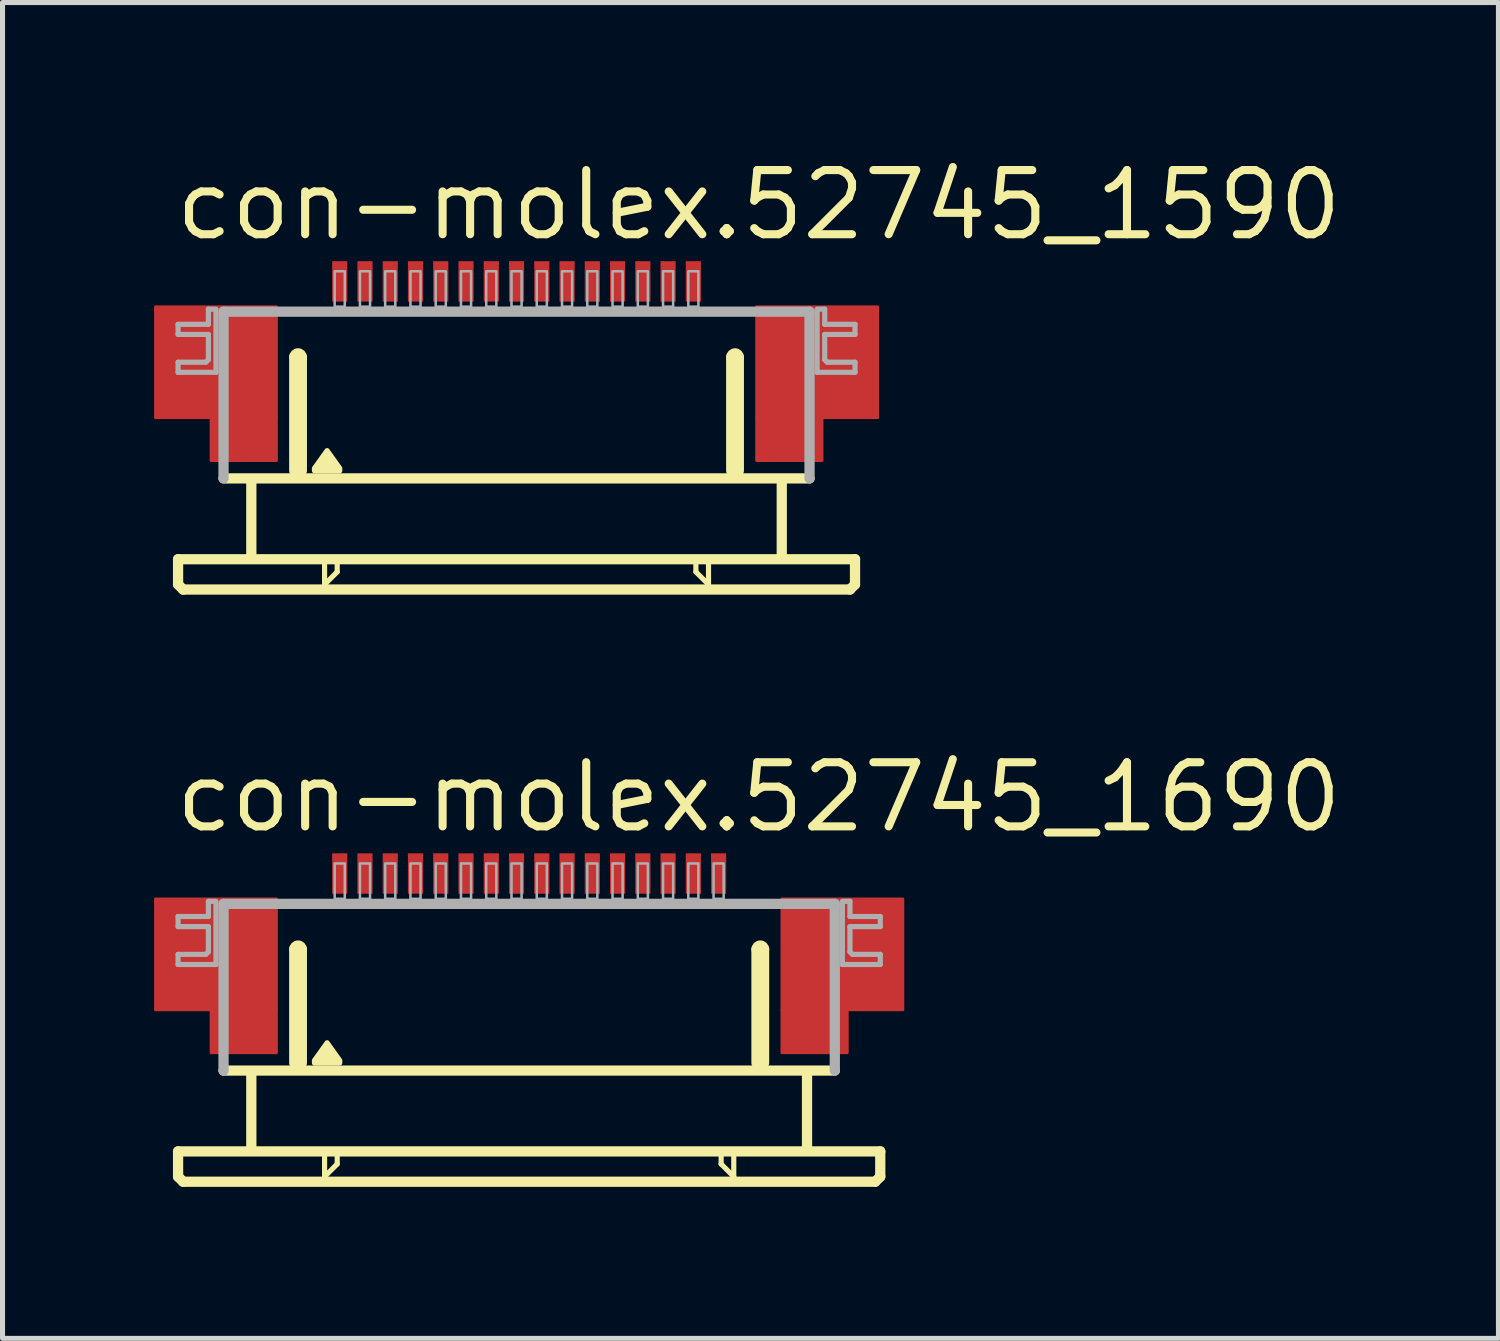
<source format=kicad_pcb>
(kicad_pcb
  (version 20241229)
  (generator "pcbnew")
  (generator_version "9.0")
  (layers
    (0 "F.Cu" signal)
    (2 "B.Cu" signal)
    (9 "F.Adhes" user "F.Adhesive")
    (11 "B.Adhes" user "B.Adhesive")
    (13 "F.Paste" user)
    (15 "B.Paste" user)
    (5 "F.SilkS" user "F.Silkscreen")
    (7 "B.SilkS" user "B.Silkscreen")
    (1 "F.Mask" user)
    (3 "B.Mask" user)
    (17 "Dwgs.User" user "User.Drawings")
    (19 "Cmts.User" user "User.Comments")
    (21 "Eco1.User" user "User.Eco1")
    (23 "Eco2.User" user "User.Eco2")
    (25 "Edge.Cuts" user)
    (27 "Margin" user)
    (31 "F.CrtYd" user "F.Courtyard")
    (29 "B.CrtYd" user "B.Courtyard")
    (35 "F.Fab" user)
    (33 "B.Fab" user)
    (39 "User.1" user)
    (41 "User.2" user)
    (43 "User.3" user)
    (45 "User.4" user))
  (footprint "con-molex.52745_1690"
    (layer "F.Cu")
    (at 7.425 16.742)
    (property "Reference" "con-molex.52745_1690" (at -7.08 -3.27 0) (layer "F.SilkS") (effects (font (size 1.27 1.27) (thickness 0.16)) (justify left bottom)))
    (attr smd)
    (fp_rect (start -7.4 0.2) (end -5 -2) (stroke (width 0.05) (type default)) (fill yes) (layer "F.Cu"))
    (fp_rect (start -6.3 1.05) (end -5 0.2) (stroke (width 0.05) (type default)) (fill yes) (layer "F.Cu"))
    (fp_rect (start 5 0.2) (end 7.4 -2) (stroke (width 0.05) (type default)) (fill yes) (layer "F.Cu"))
    (fp_rect (start 5 1.05) (end 6.3 0.2) (stroke (width 0.05) (type default)) (fill yes) (layer "F.Cu"))
    (fp_rect (start -7.4 0.2) (end -6.25 -2) (stroke (width 0.05) (type default)) (fill yes) (layer "F.Mask"))
    (fp_rect (start -6.3 1.05) (end -5 -2) (stroke (width 0.05) (type default)) (fill yes) (layer "F.Mask"))
    (fp_rect (start 5 1.05) (end 6.3 -2) (stroke (width 0.05) (type default)) (fill yes) (layer "F.Mask"))
    (fp_rect (start 6.25 0.2) (end 7.4 -2) (stroke (width 0.05) (type default)) (fill yes) (layer "F.Mask"))
    (fp_line (start -6.95 3) (end -6.95 3.5) (stroke (width 0.203) (type default)) (layer "F.SilkS"))
    (fp_line (start -6.95 3.5) (end -6.85 3.6) (stroke (width 0.203) (type default)) (layer "F.SilkS"))
    (fp_line (start -6.85 3.6) (end 6.85 3.6) (stroke (width 0.203) (type default)) (layer "F.SilkS"))
    (fp_line (start -5.5 1.5) (end -5.5 2.9) (stroke (width 0.203) (type default)) (layer "F.SilkS"))
    (fp_line (start -4.65 1.25) (end -4.65 -1) (stroke (width 0.203) (type default)) (layer "F.SilkS"))
    (fp_line (start -4.5 -1) (end -4.5 1.25) (stroke (width 0.203) (type default)) (layer "F.SilkS"))
    (fp_line (start -4.05 3.1) (end -4.05 3.5) (stroke (width 0.102) (type default)) (layer "F.SilkS"))
    (fp_line (start -4.05 3.5) (end -3.8 3.25) (stroke (width 0.102) (type default)) (layer "F.SilkS"))
    (fp_line (start -3.8 3.25) (end -3.8 3.1) (stroke (width 0.102) (type default)) (layer "F.SilkS"))
    (fp_line (start 3.8 3.1) (end 3.8 3.25) (stroke (width 0.102) (type default)) (layer "F.SilkS"))
    (fp_line (start 3.8 3.25) (end 4.05 3.5) (stroke (width 0.102) (type default)) (layer "F.SilkS"))
    (fp_line (start 4.05 3.5) (end 4.05 3.1) (stroke (width 0.102) (type default)) (layer "F.SilkS"))
    (fp_line (start 4.5 1.25) (end 4.5 -1) (stroke (width 0.203) (type default)) (layer "F.SilkS"))
    (fp_line (start 4.65 -1) (end 4.65 1.25) (stroke (width 0.203) (type default)) (layer "F.SilkS"))
    (fp_line (start 5.5 1.5) (end 5.5 2.9) (stroke (width 0.203) (type default)) (layer "F.SilkS"))
    (fp_line (start 6.05 1.4) (end -6.05 1.4) (stroke (width 0.203) (type default)) (layer "F.SilkS"))
    (fp_line (start 6.85 3.6) (end 6.95 3.5) (stroke (width 0.203) (type default)) (layer "F.SilkS"))
    (fp_line (start 6.95 3) (end -6.95 3) (stroke (width 0.203) (type default)) (layer "F.SilkS"))
    (fp_line (start 6.95 3.5) (end 6.95 3) (stroke (width 0.203) (type default)) (layer "F.SilkS"))
    (fp_arc (start -4.65 -1) (mid -4.575 -1.075) (end -4.5 -1) (stroke (width 0.2032) (type default)) (layer "F.SilkS"))
    (fp_arc (start 4.5 -1) (mid 4.575 -1.075) (end 4.65 -1) (stroke (width 0.2032) (type default)) (layer "F.SilkS"))
    (fp_poly (pts (xy -4.25 1.25) (xy -4.25 1.2) (xy -4 0.85) (xy -3.75 1.2) (xy -3.75 1.25)) (stroke (width 0.102) (type default)) (fill yes) (layer "F.SilkS"))
    (fp_rect (start -7.2 0.05) (end -5.2 -1.85) (stroke (width 0.05) (type default)) (fill yes) (layer "F.Paste"))
    (fp_rect (start 5.2 0.05) (end 7.2 -1.85) (stroke (width 0.05) (type default)) (fill yes) (layer "F.Paste"))
    (fp_line (start -6.95 -1.65) (end -6.95 -1.45) (stroke (width 0.102) (type default)) (layer "F.Fab"))
    (fp_line (start -6.95 -1.45) (end -6.35 -1.45) (stroke (width 0.102) (type default)) (layer "F.Fab"))
    (fp_line (start -6.95 -0.9) (end -6.95 -0.7) (stroke (width 0.102) (type default)) (layer "F.Fab"))
    (fp_line (start -6.95 -0.7) (end -6.2 -0.7) (stroke (width 0.102) (type default)) (layer "F.Fab"))
    (fp_line (start -6.4 -0.9) (end -6.95 -0.9) (stroke (width 0.102) (type default)) (layer "F.Fab"))
    (fp_line (start -6.35 -1.95) (end -6.35 -1.65) (stroke (width 0.102) (type default)) (layer "F.Fab"))
    (fp_line (start -6.35 -1.65) (end -6.95 -1.65) (stroke (width 0.102) (type default)) (layer "F.Fab"))
    (fp_line (start -6.35 -1.45) (end -6.35 -0.95) (stroke (width 0.102) (type default)) (layer "F.Fab"))
    (fp_line (start -6.35 -0.95) (end -6.4 -0.9) (stroke (width 0.102) (type default)) (layer "F.Fab"))
    (fp_line (start -6.2 -1.95) (end -6.35 -1.95) (stroke (width 0.102) (type default)) (layer "F.Fab"))
    (fp_line (start -6.2 -0.7) (end -6.2 -1.9) (stroke (width 0.102) (type default)) (layer "F.Fab"))
    (fp_line (start -6.05 -1.9) (end 6.05 -1.9) (stroke (width 0.203) (type default)) (layer "F.Fab"))
    (fp_line (start -6.05 1.4) (end -6.05 -1.9) (stroke (width 0.203) (type default)) (layer "F.Fab"))
    (fp_line (start 6.05 -1.9) (end 6.05 1.4) (stroke (width 0.203) (type default)) (layer "F.Fab"))
    (fp_line (start 6.2 -1.95) (end 6.35 -1.95) (stroke (width 0.102) (type default)) (layer "F.Fab"))
    (fp_line (start 6.2 -0.7) (end 6.2 -1.9) (stroke (width 0.102) (type default)) (layer "F.Fab"))
    (fp_line (start 6.35 -1.95) (end 6.35 -1.65) (stroke (width 0.102) (type default)) (layer "F.Fab"))
    (fp_line (start 6.35 -1.65) (end 6.95 -1.65) (stroke (width 0.102) (type default)) (layer "F.Fab"))
    (fp_line (start 6.35 -1.45) (end 6.35 -0.95) (stroke (width 0.102) (type default)) (layer "F.Fab"))
    (fp_line (start 6.35 -0.95) (end 6.4 -0.9) (stroke (width 0.102) (type default)) (layer "F.Fab"))
    (fp_line (start 6.4 -0.9) (end 6.95 -0.9) (stroke (width 0.102) (type default)) (layer "F.Fab"))
    (fp_line (start 6.95 -1.65) (end 6.95 -1.45) (stroke (width 0.102) (type default)) (layer "F.Fab"))
    (fp_line (start 6.95 -1.45) (end 6.35 -1.45) (stroke (width 0.102) (type default)) (layer "F.Fab"))
    (fp_line (start 6.95 -0.9) (end 6.95 -0.7) (stroke (width 0.102) (type default)) (layer "F.Fab"))
    (fp_line (start 6.95 -0.7) (end 6.2 -0.7) (stroke (width 0.102) (type default)) (layer "F.Fab"))
    (fp_rect (start -3.85 -2) (end -3.65 -2.7) (stroke (width 0.05) (type default)) (fill no) (layer "F.Fab"))
    (fp_rect (start -3.35 -2) (end -3.15 -2.7) (stroke (width 0.05) (type default)) (fill no) (layer "F.Fab"))
    (fp_rect (start -2.85 -2) (end -2.65 -2.7) (stroke (width 0.05) (type default)) (fill no) (layer "F.Fab"))
    (fp_rect (start -2.35 -2) (end -2.15 -2.7) (stroke (width 0.05) (type default)) (fill no) (layer "F.Fab"))
    (fp_rect (start -1.85 -2) (end -1.65 -2.7) (stroke (width 0.05) (type default)) (fill no) (layer "F.Fab"))
    (fp_rect (start -1.35 -2) (end -1.15 -2.7) (stroke (width 0.05) (type default)) (fill no) (layer "F.Fab"))
    (fp_rect (start -0.85 -2) (end -0.65 -2.7) (stroke (width 0.05) (type default)) (fill no) (layer "F.Fab"))
    (fp_rect (start -0.35 -2) (end -0.15 -2.7) (stroke (width 0.05) (type default)) (fill no) (layer "F.Fab"))
    (fp_rect (start 0.15 -2) (end 0.35 -2.7) (stroke (width 0.05) (type default)) (fill no) (layer "F.Fab"))
    (fp_rect (start 0.65 -2) (end 0.85 -2.7) (stroke (width 0.05) (type default)) (fill no) (layer "F.Fab"))
    (fp_rect (start 1.15 -2) (end 1.35 -2.7) (stroke (width 0.05) (type default)) (fill no) (layer "F.Fab"))
    (fp_rect (start 1.65 -2) (end 1.85 -2.7) (stroke (width 0.05) (type default)) (fill no) (layer "F.Fab"))
    (fp_rect (start 2.15 -2) (end 2.35 -2.7) (stroke (width 0.05) (type default)) (fill no) (layer "F.Fab"))
    (fp_rect (start 2.65 -2) (end 2.85 -2.7) (stroke (width 0.05) (type default)) (fill no) (layer "F.Fab"))
    (fp_rect (start 3.15 -2) (end 3.35 -2.7) (stroke (width 0.05) (type default)) (fill no) (layer "F.Fab"))
    (fp_rect (start 3.65 -2) (end 3.85 -2.7) (stroke (width 0.05) (type default)) (fill no) (layer "F.Fab"))
    (pad "1" smd roundrect (at -3.75 -2.5) (size 0.3 0.8) (layers "F.Cu" "F.Mask" "F.Paste") (roundrect_rratio 0.01))
    (pad "2" smd roundrect (at -3.25 -2.5) (size 0.3 0.8) (layers "F.Cu" "F.Mask" "F.Paste") (roundrect_rratio 0.01))
    (pad "3" smd roundrect (at -2.75 -2.5) (size 0.3 0.8) (layers "F.Cu" "F.Mask" "F.Paste") (roundrect_rratio 0.01))
    (pad "4" smd roundrect (at -2.25 -2.5) (size 0.3 0.8) (layers "F.Cu" "F.Mask" "F.Paste") (roundrect_rratio 0.01))
    (pad "5" smd roundrect (at -1.75 -2.5) (size 0.3 0.8) (layers "F.Cu" "F.Mask" "F.Paste") (roundrect_rratio 0.01))
    (pad "6" smd roundrect (at -1.25 -2.5) (size 0.3 0.8) (layers "F.Cu" "F.Mask" "F.Paste") (roundrect_rratio 0.01))
    (pad "7" smd roundrect (at -0.75 -2.5) (size 0.3 0.8) (layers "F.Cu" "F.Mask" "F.Paste") (roundrect_rratio 0.01))
    (pad "8" smd roundrect (at -0.25 -2.5) (size 0.3 0.8) (layers "F.Cu" "F.Mask" "F.Paste") (roundrect_rratio 0.01))
    (pad "9" smd roundrect (at 0.25 -2.5) (size 0.3 0.8) (layers "F.Cu" "F.Mask" "F.Paste") (roundrect_rratio 0.01))
    (pad "10" smd roundrect (at 0.75 -2.5) (size 0.3 0.8) (layers "F.Cu" "F.Mask" "F.Paste") (roundrect_rratio 0.01))
    (pad "11" smd roundrect (at 1.25 -2.5) (size 0.3 0.8) (layers "F.Cu" "F.Mask" "F.Paste") (roundrect_rratio 0.01))
    (pad "12" smd roundrect (at 1.75 -2.5) (size 0.3 0.8) (layers "F.Cu" "F.Mask" "F.Paste") (roundrect_rratio 0.01))
    (pad "13" smd roundrect (at 2.25 -2.5) (size 0.3 0.8) (layers "F.Cu" "F.Mask" "F.Paste") (roundrect_rratio 0.01))
    (pad "14" smd roundrect (at 2.75 -2.5) (size 0.3 0.8) (layers "F.Cu" "F.Mask" "F.Paste") (roundrect_rratio 0.01))
    (pad "15" smd roundrect (at 3.25 -2.5) (size 0.3 0.8) (layers "F.Cu" "F.Mask" "F.Paste") (roundrect_rratio 0.01))
    (pad "16" smd roundrect (at 3.75 -2.5) (size 0.3 0.8) (layers "F.Cu" "F.Mask" "F.Paste") (roundrect_rratio 0.01)))
  (footprint "con-molex.52745_1590"
    (layer "F.Cu")
    (at 7.175 5.02)
    (property "Reference" "con-molex.52745_1590" (at -6.83 -3.27 0) (layer "F.SilkS") (effects (font (size 1.27 1.27) (thickness 0.16)) (justify left bottom)))
    (attr smd)
    (fp_rect (start -7.15 0.2) (end -4.75 -2) (stroke (width 0.05) (type default)) (fill yes) (layer "F.Cu"))
    (fp_rect (start -6.05 1.05) (end -4.75 0.2) (stroke (width 0.05) (type default)) (fill yes) (layer "F.Cu"))
    (fp_rect (start 4.75 0.2) (end 7.15 -2) (stroke (width 0.05) (type default)) (fill yes) (layer "F.Cu"))
    (fp_rect (start 4.75 1.05) (end 6.05 0.2) (stroke (width 0.05) (type default)) (fill yes) (layer "F.Cu"))
    (fp_rect (start -7.15 0.2) (end -6 -2) (stroke (width 0.05) (type default)) (fill yes) (layer "F.Mask"))
    (fp_rect (start -6.05 1.05) (end -4.75 -2) (stroke (width 0.05) (type default)) (fill yes) (layer "F.Mask"))
    (fp_rect (start 4.75 1.05) (end 6.05 -2) (stroke (width 0.05) (type default)) (fill yes) (layer "F.Mask"))
    (fp_rect (start 6 0.2) (end 7.15 -2) (stroke (width 0.05) (type default)) (fill yes) (layer "F.Mask"))
    (fp_line (start -6.7 3) (end -6.7 3.5) (stroke (width 0.203) (type default)) (layer "F.SilkS"))
    (fp_line (start -6.7 3.5) (end -6.6 3.6) (stroke (width 0.203) (type default)) (layer "F.SilkS"))
    (fp_line (start -6.6 3.6) (end 6.6 3.6) (stroke (width 0.203) (type default)) (layer "F.SilkS"))
    (fp_line (start -5.25 1.5) (end -5.25 2.9) (stroke (width 0.203) (type default)) (layer "F.SilkS"))
    (fp_line (start -4.4 1.25) (end -4.4 -1) (stroke (width 0.203) (type default)) (layer "F.SilkS"))
    (fp_line (start -4.25 -1) (end -4.25 1.25) (stroke (width 0.203) (type default)) (layer "F.SilkS"))
    (fp_line (start -3.8 3.1) (end -3.8 3.5) (stroke (width 0.102) (type default)) (layer "F.SilkS"))
    (fp_line (start -3.8 3.5) (end -3.55 3.25) (stroke (width 0.102) (type default)) (layer "F.SilkS"))
    (fp_line (start -3.55 3.25) (end -3.55 3.1) (stroke (width 0.102) (type default)) (layer "F.SilkS"))
    (fp_line (start 3.55 3.1) (end 3.55 3.25) (stroke (width 0.102) (type default)) (layer "F.SilkS"))
    (fp_line (start 3.55 3.25) (end 3.8 3.5) (stroke (width 0.102) (type default)) (layer "F.SilkS"))
    (fp_line (start 3.8 3.5) (end 3.8 3.1) (stroke (width 0.102) (type default)) (layer "F.SilkS"))
    (fp_line (start 4.25 1.25) (end 4.25 -1) (stroke (width 0.203) (type default)) (layer "F.SilkS"))
    (fp_line (start 4.4 -1) (end 4.4 1.25) (stroke (width 0.203) (type default)) (layer "F.SilkS"))
    (fp_line (start 5.25 1.5) (end 5.25 2.9) (stroke (width 0.203) (type default)) (layer "F.SilkS"))
    (fp_line (start 5.8 1.4) (end -5.8 1.4) (stroke (width 0.203) (type default)) (layer "F.SilkS"))
    (fp_line (start 6.6 3.6) (end 6.7 3.5) (stroke (width 0.203) (type default)) (layer "F.SilkS"))
    (fp_line (start 6.7 3) (end -6.7 3) (stroke (width 0.203) (type default)) (layer "F.SilkS"))
    (fp_line (start 6.7 3.5) (end 6.7 3) (stroke (width 0.203) (type default)) (layer "F.SilkS"))
    (fp_arc (start -4.4 -1) (mid -4.325 -1.075) (end -4.25 -1) (stroke (width 0.2032) (type default)) (layer "F.SilkS"))
    (fp_arc (start 4.25 -1) (mid 4.325 -1.075) (end 4.4 -1) (stroke (width 0.2032) (type default)) (layer "F.SilkS"))
    (fp_poly (pts (xy -4 1.25) (xy -4 1.2) (xy -3.75 0.85) (xy -3.5 1.2) (xy -3.5 1.25)) (stroke (width 0.102) (type default)) (fill yes) (layer "F.SilkS"))
    (fp_rect (start -6.95 0.05) (end -4.95 -1.85) (stroke (width 0.05) (type default)) (fill yes) (layer "F.Paste"))
    (fp_rect (start 4.95 0.05) (end 6.95 -1.85) (stroke (width 0.05) (type default)) (fill yes) (layer "F.Paste"))
    (fp_line (start -6.7 -1.65) (end -6.7 -1.45) (stroke (width 0.102) (type default)) (layer "F.Fab"))
    (fp_line (start -6.7 -1.45) (end -6.1 -1.45) (stroke (width 0.102) (type default)) (layer "F.Fab"))
    (fp_line (start -6.7 -0.9) (end -6.7 -0.7) (stroke (width 0.102) (type default)) (layer "F.Fab"))
    (fp_line (start -6.7 -0.7) (end -5.95 -0.7) (stroke (width 0.102) (type default)) (layer "F.Fab"))
    (fp_line (start -6.15 -0.9) (end -6.7 -0.9) (stroke (width 0.102) (type default)) (layer "F.Fab"))
    (fp_line (start -6.1 -1.95) (end -6.1 -1.65) (stroke (width 0.102) (type default)) (layer "F.Fab"))
    (fp_line (start -6.1 -1.65) (end -6.7 -1.65) (stroke (width 0.102) (type default)) (layer "F.Fab"))
    (fp_line (start -6.1 -1.45) (end -6.1 -0.95) (stroke (width 0.102) (type default)) (layer "F.Fab"))
    (fp_line (start -6.1 -0.95) (end -6.15 -0.9) (stroke (width 0.102) (type default)) (layer "F.Fab"))
    (fp_line (start -5.95 -1.95) (end -6.1 -1.95) (stroke (width 0.102) (type default)) (layer "F.Fab"))
    (fp_line (start -5.95 -0.7) (end -5.95 -1.9) (stroke (width 0.102) (type default)) (layer "F.Fab"))
    (fp_line (start -5.8 -1.9) (end 5.8 -1.9) (stroke (width 0.203) (type default)) (layer "F.Fab"))
    (fp_line (start -5.8 1.4) (end -5.8 -1.9) (stroke (width 0.203) (type default)) (layer "F.Fab"))
    (fp_line (start 5.8 -1.9) (end 5.8 1.4) (stroke (width 0.203) (type default)) (layer "F.Fab"))
    (fp_line (start 5.95 -1.95) (end 6.1 -1.95) (stroke (width 0.102) (type default)) (layer "F.Fab"))
    (fp_line (start 5.95 -0.7) (end 5.95 -1.9) (stroke (width 0.102) (type default)) (layer "F.Fab"))
    (fp_line (start 6.1 -1.95) (end 6.1 -1.65) (stroke (width 0.102) (type default)) (layer "F.Fab"))
    (fp_line (start 6.1 -1.65) (end 6.7 -1.65) (stroke (width 0.102) (type default)) (layer "F.Fab"))
    (fp_line (start 6.1 -1.45) (end 6.1 -0.95) (stroke (width 0.102) (type default)) (layer "F.Fab"))
    (fp_line (start 6.1 -0.95) (end 6.15 -0.9) (stroke (width 0.102) (type default)) (layer "F.Fab"))
    (fp_line (start 6.15 -0.9) (end 6.7 -0.9) (stroke (width 0.102) (type default)) (layer "F.Fab"))
    (fp_line (start 6.7 -1.65) (end 6.7 -1.45) (stroke (width 0.102) (type default)) (layer "F.Fab"))
    (fp_line (start 6.7 -1.45) (end 6.1 -1.45) (stroke (width 0.102) (type default)) (layer "F.Fab"))
    (fp_line (start 6.7 -0.9) (end 6.7 -0.7) (stroke (width 0.102) (type default)) (layer "F.Fab"))
    (fp_line (start 6.7 -0.7) (end 5.95 -0.7) (stroke (width 0.102) (type default)) (layer "F.Fab"))
    (fp_rect (start -3.6 -2) (end -3.4 -2.7) (stroke (width 0.05) (type default)) (fill no) (layer "F.Fab"))
    (fp_rect (start -3.1 -2) (end -2.9 -2.7) (stroke (width 0.05) (type default)) (fill no) (layer "F.Fab"))
    (fp_rect (start -2.6 -2) (end -2.4 -2.7) (stroke (width 0.05) (type default)) (fill no) (layer "F.Fab"))
    (fp_rect (start -2.1 -2) (end -1.9 -2.7) (stroke (width 0.05) (type default)) (fill no) (layer "F.Fab"))
    (fp_rect (start -1.6 -2) (end -1.4 -2.7) (stroke (width 0.05) (type default)) (fill no) (layer "F.Fab"))
    (fp_rect (start -1.1 -2) (end -0.9 -2.7) (stroke (width 0.05) (type default)) (fill no) (layer "F.Fab"))
    (fp_rect (start -0.6 -2) (end -0.4 -2.7) (stroke (width 0.05) (type default)) (fill no) (layer "F.Fab"))
    (fp_rect (start -0.1 -2) (end 0.1 -2.7) (stroke (width 0.05) (type default)) (fill no) (layer "F.Fab"))
    (fp_rect (start 0.4 -2) (end 0.6 -2.7) (stroke (width 0.05) (type default)) (fill no) (layer "F.Fab"))
    (fp_rect (start 0.9 -2) (end 1.1 -2.7) (stroke (width 0.05) (type default)) (fill no) (layer "F.Fab"))
    (fp_rect (start 1.4 -2) (end 1.6 -2.7) (stroke (width 0.05) (type default)) (fill no) (layer "F.Fab"))
    (fp_rect (start 1.9 -2) (end 2.1 -2.7) (stroke (width 0.05) (type default)) (fill no) (layer "F.Fab"))
    (fp_rect (start 2.4 -2) (end 2.6 -2.7) (stroke (width 0.05) (type default)) (fill no) (layer "F.Fab"))
    (fp_rect (start 2.9 -2) (end 3.1 -2.7) (stroke (width 0.05) (type default)) (fill no) (layer "F.Fab"))
    (fp_rect (start 3.4 -2) (end 3.6 -2.7) (stroke (width 0.05) (type default)) (fill no) (layer "F.Fab"))
    (pad "1" smd roundrect (at -3.5 -2.5) (size 0.3 0.8) (layers "F.Cu" "F.Mask" "F.Paste") (roundrect_rratio 0.01))
    (pad "2" smd roundrect (at -3 -2.5) (size 0.3 0.8) (layers "F.Cu" "F.Mask" "F.Paste") (roundrect_rratio 0.01))
    (pad "3" smd roundrect (at -2.5 -2.5) (size 0.3 0.8) (layers "F.Cu" "F.Mask" "F.Paste") (roundrect_rratio 0.01))
    (pad "4" smd roundrect (at -2 -2.5) (size 0.3 0.8) (layers "F.Cu" "F.Mask" "F.Paste") (roundrect_rratio 0.01))
    (pad "5" smd roundrect (at -1.5 -2.5) (size 0.3 0.8) (layers "F.Cu" "F.Mask" "F.Paste") (roundrect_rratio 0.01))
    (pad "6" smd roundrect (at -1 -2.5) (size 0.3 0.8) (layers "F.Cu" "F.Mask" "F.Paste") (roundrect_rratio 0.01))
    (pad "7" smd roundrect (at -0.5 -2.5) (size 0.3 0.8) (layers "F.Cu" "F.Mask" "F.Paste") (roundrect_rratio 0.01))
    (pad "8" smd roundrect (at 0 -2.5) (size 0.3 0.8) (layers "F.Cu" "F.Mask" "F.Paste") (roundrect_rratio 0.01))
    (pad "9" smd roundrect (at 0.5 -2.5) (size 0.3 0.8) (layers "F.Cu" "F.Mask" "F.Paste") (roundrect_rratio 0.01))
    (pad "10" smd roundrect (at 1 -2.5) (size 0.3 0.8) (layers "F.Cu" "F.Mask" "F.Paste") (roundrect_rratio 0.01))
    (pad "11" smd roundrect (at 1.5 -2.5) (size 0.3 0.8) (layers "F.Cu" "F.Mask" "F.Paste") (roundrect_rratio 0.01))
    (pad "12" smd roundrect (at 2 -2.5) (size 0.3 0.8) (layers "F.Cu" "F.Mask" "F.Paste") (roundrect_rratio 0.01))
    (pad "13" smd roundrect (at 2.5 -2.5) (size 0.3 0.8) (layers "F.Cu" "F.Mask" "F.Paste") (roundrect_rratio 0.01))
    (pad "14" smd roundrect (at 3 -2.5) (size 0.3 0.8) (layers "F.Cu" "F.Mask" "F.Paste") (roundrect_rratio 0.01))
    (pad "15" smd roundrect (at 3.5 -2.5) (size 0.3 0.8) (layers "F.Cu" "F.Mask" "F.Paste") (roundrect_rratio 0.01)))
  (gr_rect
    (start -3 -3)
    (end 26.612 23.443)
    (stroke (width 0.1) (type default))
    (fill no)
    (layer "Edge.Cuts")))
</source>
